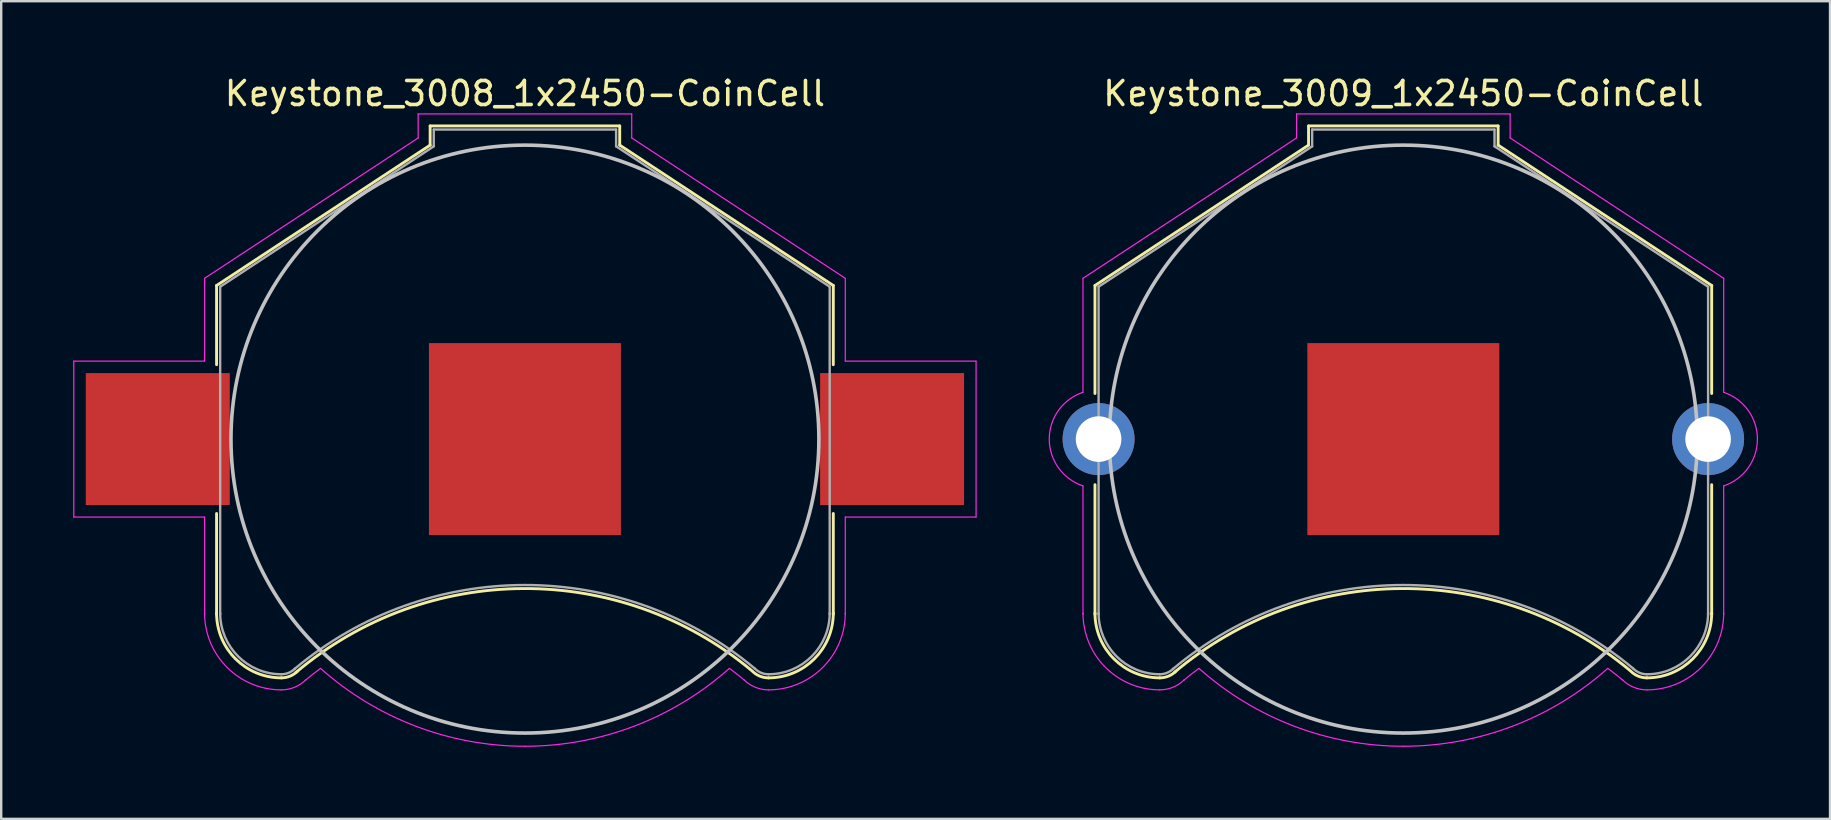
<source format=kicad_pcb>
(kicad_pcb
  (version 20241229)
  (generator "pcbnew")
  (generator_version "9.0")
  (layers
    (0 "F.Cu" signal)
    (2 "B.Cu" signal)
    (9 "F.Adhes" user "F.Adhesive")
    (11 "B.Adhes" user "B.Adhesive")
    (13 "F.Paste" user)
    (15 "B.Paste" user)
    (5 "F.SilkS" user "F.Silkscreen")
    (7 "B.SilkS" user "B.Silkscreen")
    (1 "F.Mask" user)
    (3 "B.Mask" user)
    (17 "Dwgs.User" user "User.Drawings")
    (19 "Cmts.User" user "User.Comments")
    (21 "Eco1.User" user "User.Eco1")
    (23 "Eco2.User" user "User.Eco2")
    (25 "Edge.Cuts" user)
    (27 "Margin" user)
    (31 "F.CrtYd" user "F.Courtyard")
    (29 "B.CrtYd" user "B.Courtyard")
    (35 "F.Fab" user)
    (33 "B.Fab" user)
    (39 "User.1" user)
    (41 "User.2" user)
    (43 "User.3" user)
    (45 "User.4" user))
  (footprint "Keystone_3009_1x2450-CoinCell"
    (layer "F.Cu")
    (at 55.43 15.248)
    (property "Reference" "Keystone_3009_1x2450-CoinCell" (at 0 -14.4 0) (layer "F.SilkS") (effects (font (size 1 1) (thickness 0.15))))
    (attr through_hole)
    (fp_line (start -12.85 -6.4) (end -12.85 -1.9) (stroke (width 0.12) (type solid)) (layer "F.SilkS"))
    (fp_line (start -12.85 1.9) (end -12.85 7.3) (stroke (width 0.12) (type solid)) (layer "F.SilkS"))
    (fp_line (start -3.95 -13.05) (end -3.95 -12.25) (stroke (width 0.12) (type solid)) (layer "F.SilkS"))
    (fp_line (start -3.95 -13.05) (end 3.95 -13.05) (stroke (width 0.12) (type solid)) (layer "F.SilkS"))
    (fp_line (start -3.95 -12.25) (end -12.85 -6.4) (stroke (width 0.12) (type solid)) (layer "F.SilkS"))
    (fp_line (start 3.95 -13.05) (end 3.95 -12.25) (stroke (width 0.12) (type solid)) (layer "F.SilkS"))
    (fp_line (start 3.95 -12.25) (end 12.85 -6.4) (stroke (width 0.12) (type solid)) (layer "F.SilkS"))
    (fp_line (start 12.85 -6.4) (end 12.85 -1.9) (stroke (width 0.12) (type solid)) (layer "F.SilkS"))
    (fp_line (start 12.85 1.9) (end 12.85 7.3) (stroke (width 0.12) (type solid)) (layer "F.SilkS"))
    (fp_arc (start -10.15 9.95) (mid -12.059188 9.159188) (end -12.85 7.25) (stroke (width 0.12) (type solid)) (layer "F.SilkS"))
    (fp_arc (start -9.55 9.73) (mid -0.071508 6.228057) (end 9.440443 9.638071) (stroke (width 0.12) (type solid)) (layer "F.SilkS"))
    (fp_arc (start -9.478249 9.671751) (mid -9.786451 9.877685) (end -10.15 9.95) (stroke (width 0.12) (type solid)) (layer "F.SilkS"))
    (fp_arc (start 10.15 9.95) (mid 9.786451 9.877686) (end 9.478249 9.671751) (stroke (width 0.12) (type solid)) (layer "F.SilkS"))
    (fp_arc (start 12.85 7.25) (mid 12.059188 9.159188) (end 10.15 9.95) (stroke (width 0.12) (type solid)) (layer "F.SilkS"))
    (fp_circle (center 0 0) (end 12.25 0) (stroke (width 0.15) (type solid)) (fill no) (layer "Dwgs.User"))
    (fp_line (start -13.35 -6.7) (end -13.35 -1.95) (stroke (width 0.05) (type solid)) (layer "F.CrtYd"))
    (fp_line (start -13.35 1.95) (end -13.35 7.3) (stroke (width 0.05) (type solid)) (layer "F.CrtYd"))
    (fp_line (start -4.45 -13.55) (end -4.45 -12.55) (stroke (width 0.05) (type solid)) (layer "F.CrtYd"))
    (fp_line (start -4.45 -13.55) (end 4.45 -13.55) (stroke (width 0.05) (type solid)) (layer "F.CrtYd"))
    (fp_line (start -4.45 -12.55) (end -13.35 -6.7) (stroke (width 0.05) (type solid)) (layer "F.CrtYd"))
    (fp_line (start 4.45 -13.55) (end 4.45 -12.55) (stroke (width 0.05) (type solid)) (layer "F.CrtYd"))
    (fp_line (start 4.45 -12.55) (end 13.35 -6.7) (stroke (width 0.05) (type solid)) (layer "F.CrtYd"))
    (fp_line (start 13.35 -6.7) (end 13.35 -1.95) (stroke (width 0.05) (type solid)) (layer "F.CrtYd"))
    (fp_line (start 13.35 1.95) (end 13.35 7.3) (stroke (width 0.05) (type solid)) (layer "F.CrtYd"))
    (fp_arc (start -13.35 1.95) (mid -14.755479 0.002334) (end -13.354426 -1.948519) (stroke (width 0.05) (type solid)) (layer "F.CrtYd"))
    (fp_arc (start -10.15 10.45) (mid -12.412742 9.512742) (end -13.35 7.25) (stroke (width 0.05) (type solid)) (layer "F.CrtYd"))
    (fp_arc (start -9.15 10.05) (mid -8.840691 9.798786) (end -8.524488 9.556307) (stroke (width 0.05) (type solid)) (layer "F.CrtYd"))
    (fp_arc (start -9.124695 10.025305) (mid -9.595109 10.339626) (end -10.15 10.45) (stroke (width 0.05) (type solid)) (layer "F.CrtYd"))
    (fp_arc (start 0 12.8) (mid -4.55581 11.961797) (end -8.514949 9.556969) (stroke (width 0.05) (type solid)) (layer "F.CrtYd"))
    (fp_arc (start 8.514949 9.556969) (mid 4.55581 11.961798) (end 0 12.8) (stroke (width 0.05) (type solid)) (layer "F.CrtYd"))
    (fp_arc (start 8.524488 9.556307) (mid 8.840691 9.798786) (end 9.15 10.05) (stroke (width 0.05) (type solid)) (layer "F.CrtYd"))
    (fp_arc (start 10.15 10.45) (mid 9.595109 10.339625) (end 9.124695 10.025305) (stroke (width 0.05) (type solid)) (layer "F.CrtYd"))
    (fp_arc (start 13.35 7.25) (mid 12.412742 9.512742) (end 10.15 10.45) (stroke (width 0.05) (type solid)) (layer "F.CrtYd"))
    (fp_arc (start 13.354426 -1.948519) (mid 14.755479 0.002334) (end 13.35 1.95) (stroke (width 0.05) (type solid)) (layer "F.CrtYd"))
    (fp_line (start -12.7 -6.35) (end -12.7 7.3) (stroke (width 0.1) (type solid)) (layer "F.Fab"))
    (fp_line (start -3.8 -12.9) (end -3.8 -12.2) (stroke (width 0.1) (type solid)) (layer "F.Fab"))
    (fp_line (start -3.8 -12.9) (end 3.8 -12.9) (stroke (width 0.1) (type solid)) (layer "F.Fab"))
    (fp_line (start -3.8 -12.2) (end -12.7 -6.35) (stroke (width 0.1) (type solid)) (layer "F.Fab"))
    (fp_line (start 3.8 -12.9) (end 3.8 -12.2) (stroke (width 0.1) (type solid)) (layer "F.Fab"))
    (fp_line (start 3.8 -12.2) (end 12.7 -6.35) (stroke (width 0.1) (type solid)) (layer "F.Fab"))
    (fp_line (start 12.7 -6.35) (end 12.7 7.3) (stroke (width 0.1) (type solid)) (layer "F.Fab"))
    (fp_arc (start -10.15 9.8) (mid -11.953122 9.053122) (end -12.7 7.25) (stroke (width 0.1) (type solid)) (layer "F.Fab"))
    (fp_arc (start -9.6 9.58) (mid -0.013392 6.081011) (end 9.579482 9.562783) (stroke (width 0.1) (type solid)) (layer "F.Fab"))
    (fp_arc (start -9.584315 9.565685) (mid -9.843853 9.739103) (end -10.15 9.8) (stroke (width 0.1) (type solid)) (layer "F.Fab"))
    (fp_arc (start 10.15 9.8) (mid 9.843853 9.739104) (end 9.584315 9.565685) (stroke (width 0.1) (type solid)) (layer "F.Fab"))
    (fp_arc (start 12.7 7.25) (mid 11.953122 9.053122) (end 10.15 9.8) (stroke (width 0.1) (type solid)) (layer "F.Fab"))
    (pad "1" thru_hole circle (at -12.7 0) (size 3 3) (drill 1.9) (layers "*.Cu" "*.Mask"))
    (pad "1" thru_hole circle (at 12.7 0) (size 3 3) (drill 1.9) (layers "*.Cu" "*.Mask"))
    (pad "2" smd rect (at 0 0) (size 8 8) (layers "F.Cu" "F.Mask")))
  (footprint "Keystone_3008_1x2450-CoinCell"
    (layer "F.Cu")
    (at 18.825 15.248)
    (property "Reference" "Keystone_3008_1x2450-CoinCell" (at 0 -14.4 0) (layer "F.SilkS") (effects (font (size 1 1) (thickness 0.15))))
    (attr smd)
    (fp_line (start -12.85 -6.4) (end -12.85 -3.1) (stroke (width 0.12) (type solid)) (layer "F.SilkS"))
    (fp_line (start -12.85 3.1) (end -12.85 7.3) (stroke (width 0.12) (type solid)) (layer "F.SilkS"))
    (fp_line (start -3.95 -13.05) (end -3.95 -12.25) (stroke (width 0.12) (type solid)) (layer "F.SilkS"))
    (fp_line (start -3.95 -13.05) (end 3.95 -13.05) (stroke (width 0.12) (type solid)) (layer "F.SilkS"))
    (fp_line (start -3.95 -12.25) (end -12.85 -6.4) (stroke (width 0.12) (type solid)) (layer "F.SilkS"))
    (fp_line (start 3.95 -13.05) (end 3.95 -12.25) (stroke (width 0.12) (type solid)) (layer "F.SilkS"))
    (fp_line (start 3.95 -12.25) (end 12.85 -6.4) (stroke (width 0.12) (type solid)) (layer "F.SilkS"))
    (fp_line (start 12.85 -6.4) (end 12.85 -3.1) (stroke (width 0.12) (type solid)) (layer "F.SilkS"))
    (fp_line (start 12.85 3.1) (end 12.85 7.3) (stroke (width 0.12) (type solid)) (layer "F.SilkS"))
    (fp_arc (start -10.15 9.95) (mid -12.059188 9.159188) (end -12.85 7.25) (stroke (width 0.12) (type solid)) (layer "F.SilkS"))
    (fp_arc (start -9.55 9.73) (mid -0.071508 6.228057) (end 9.440443 9.638071) (stroke (width 0.12) (type solid)) (layer "F.SilkS"))
    (fp_arc (start -9.478249 9.671751) (mid -9.786451 9.877685) (end -10.15 9.95) (stroke (width 0.12) (type solid)) (layer "F.SilkS"))
    (fp_arc (start 10.15 9.95) (mid 9.786451 9.877686) (end 9.478249 9.671751) (stroke (width 0.12) (type solid)) (layer "F.SilkS"))
    (fp_arc (start 12.85 7.25) (mid 12.059188 9.159188) (end 10.15 9.95) (stroke (width 0.12) (type solid)) (layer "F.SilkS"))
    (fp_circle (center 0 0) (end 12.25 0) (stroke (width 0.15) (type solid)) (fill no) (layer "Dwgs.User"))
    (fp_line (start -18.8 -3.25) (end -18.8 3.25) (stroke (width 0.05) (type solid)) (layer "F.CrtYd"))
    (fp_line (start -18.8 3.25) (end -13.35 3.25) (stroke (width 0.05) (type solid)) (layer "F.CrtYd"))
    (fp_line (start -13.35 -6.7) (end -13.35 -3.25) (stroke (width 0.05) (type solid)) (layer "F.CrtYd"))
    (fp_line (start -13.35 -3.25) (end -18.8 -3.25) (stroke (width 0.05) (type solid)) (layer "F.CrtYd"))
    (fp_line (start -13.35 3.25) (end -13.35 7.3) (stroke (width 0.05) (type solid)) (layer "F.CrtYd"))
    (fp_line (start -4.45 -13.55) (end -4.45 -12.55) (stroke (width 0.05) (type solid)) (layer "F.CrtYd"))
    (fp_line (start -4.45 -13.55) (end 4.45 -13.55) (stroke (width 0.05) (type solid)) (layer "F.CrtYd"))
    (fp_line (start -4.45 -12.55) (end -13.35 -6.7) (stroke (width 0.05) (type solid)) (layer "F.CrtYd"))
    (fp_line (start 4.45 -13.55) (end 4.45 -12.55) (stroke (width 0.05) (type solid)) (layer "F.CrtYd"))
    (fp_line (start 4.45 -12.55) (end 13.35 -6.7) (stroke (width 0.05) (type solid)) (layer "F.CrtYd"))
    (fp_line (start 13.35 -6.7) (end 13.35 -3.25) (stroke (width 0.05) (type solid)) (layer "F.CrtYd"))
    (fp_line (start 13.35 -3.25) (end 18.8 -3.25) (stroke (width 0.05) (type solid)) (layer "F.CrtYd"))
    (fp_line (start 13.35 3.25) (end 13.35 7.3) (stroke (width 0.05) (type solid)) (layer "F.CrtYd"))
    (fp_line (start 18.8 -3.25) (end 18.8 3.25) (stroke (width 0.05) (type solid)) (layer "F.CrtYd"))
    (fp_line (start 18.8 3.25) (end 13.35 3.25) (stroke (width 0.05) (type solid)) (layer "F.CrtYd"))
    (fp_arc (start -10.15 10.45) (mid -12.412742 9.512742) (end -13.35 7.25) (stroke (width 0.05) (type solid)) (layer "F.CrtYd"))
    (fp_arc (start -9.15 10.05) (mid -8.840691 9.798786) (end -8.524488 9.556307) (stroke (width 0.05) (type solid)) (layer "F.CrtYd"))
    (fp_arc (start -9.124695 10.025305) (mid -9.595109 10.339626) (end -10.15 10.45) (stroke (width 0.05) (type solid)) (layer "F.CrtYd"))
    (fp_arc (start 0 12.8) (mid -4.55581 11.961797) (end -8.514949 9.556969) (stroke (width 0.05) (type solid)) (layer "F.CrtYd"))
    (fp_arc (start 8.514949 9.556969) (mid 4.55581 11.961798) (end 0 12.8) (stroke (width 0.05) (type solid)) (layer "F.CrtYd"))
    (fp_arc (start 8.524488 9.556307) (mid 8.840691 9.798786) (end 9.15 10.05) (stroke (width 0.05) (type solid)) (layer "F.CrtYd"))
    (fp_arc (start 10.15 10.45) (mid 9.595109 10.339625) (end 9.124695 10.025305) (stroke (width 0.05) (type solid)) (layer "F.CrtYd"))
    (fp_arc (start 13.35 7.25) (mid 12.412742 9.512742) (end 10.15 10.45) (stroke (width 0.05) (type solid)) (layer "F.CrtYd"))
    (fp_line (start -12.7 -6.35) (end -12.7 7.3) (stroke (width 0.1) (type solid)) (layer "F.Fab"))
    (fp_line (start -3.8 -12.9) (end -3.8 -12.2) (stroke (width 0.1) (type solid)) (layer "F.Fab"))
    (fp_line (start -3.8 -12.9) (end 3.8 -12.9) (stroke (width 0.1) (type solid)) (layer "F.Fab"))
    (fp_line (start -3.8 -12.2) (end -12.7 -6.35) (stroke (width 0.1) (type solid)) (layer "F.Fab"))
    (fp_line (start 3.8 -12.9) (end 3.8 -12.2) (stroke (width 0.1) (type solid)) (layer "F.Fab"))
    (fp_line (start 3.8 -12.2) (end 12.7 -6.35) (stroke (width 0.1) (type solid)) (layer "F.Fab"))
    (fp_line (start 12.7 -6.35) (end 12.7 7.3) (stroke (width 0.1) (type solid)) (layer "F.Fab"))
    (fp_arc (start -10.15 9.8) (mid -11.953122 9.053122) (end -12.7 7.25) (stroke (width 0.1) (type solid)) (layer "F.Fab"))
    (fp_arc (start -9.6 9.58) (mid -0.013392 6.081011) (end 9.579482 9.562783) (stroke (width 0.1) (type solid)) (layer "F.Fab"))
    (fp_arc (start -9.584315 9.565685) (mid -9.843853 9.739103) (end -10.15 9.8) (stroke (width 0.1) (type solid)) (layer "F.Fab"))
    (fp_arc (start 10.15 9.8) (mid 9.843853 9.739104) (end 9.584315 9.565685) (stroke (width 0.1) (type solid)) (layer "F.Fab"))
    (fp_arc (start 12.7 7.25) (mid 11.953122 9.053122) (end 10.15 9.8) (stroke (width 0.1) (type solid)) (layer "F.Fab"))
    (pad "1" smd rect (at -15.3 0) (size 6 5.5) (layers "F.Cu" "F.Mask" "F.Paste"))
    (pad "1" smd rect (at 15.3 0) (size 6 5.5) (layers "F.Cu" "F.Mask" "F.Paste"))
    (pad "2" smd rect (at 0 0) (size 8 8) (layers "F.Cu" "F.Mask")))
  (gr_rect
    (start -3 -3)
    (end 73.211 31.073)
    (stroke (width 0.1) (type default))
    (fill no)
    (layer "Edge.Cuts")))
</source>
